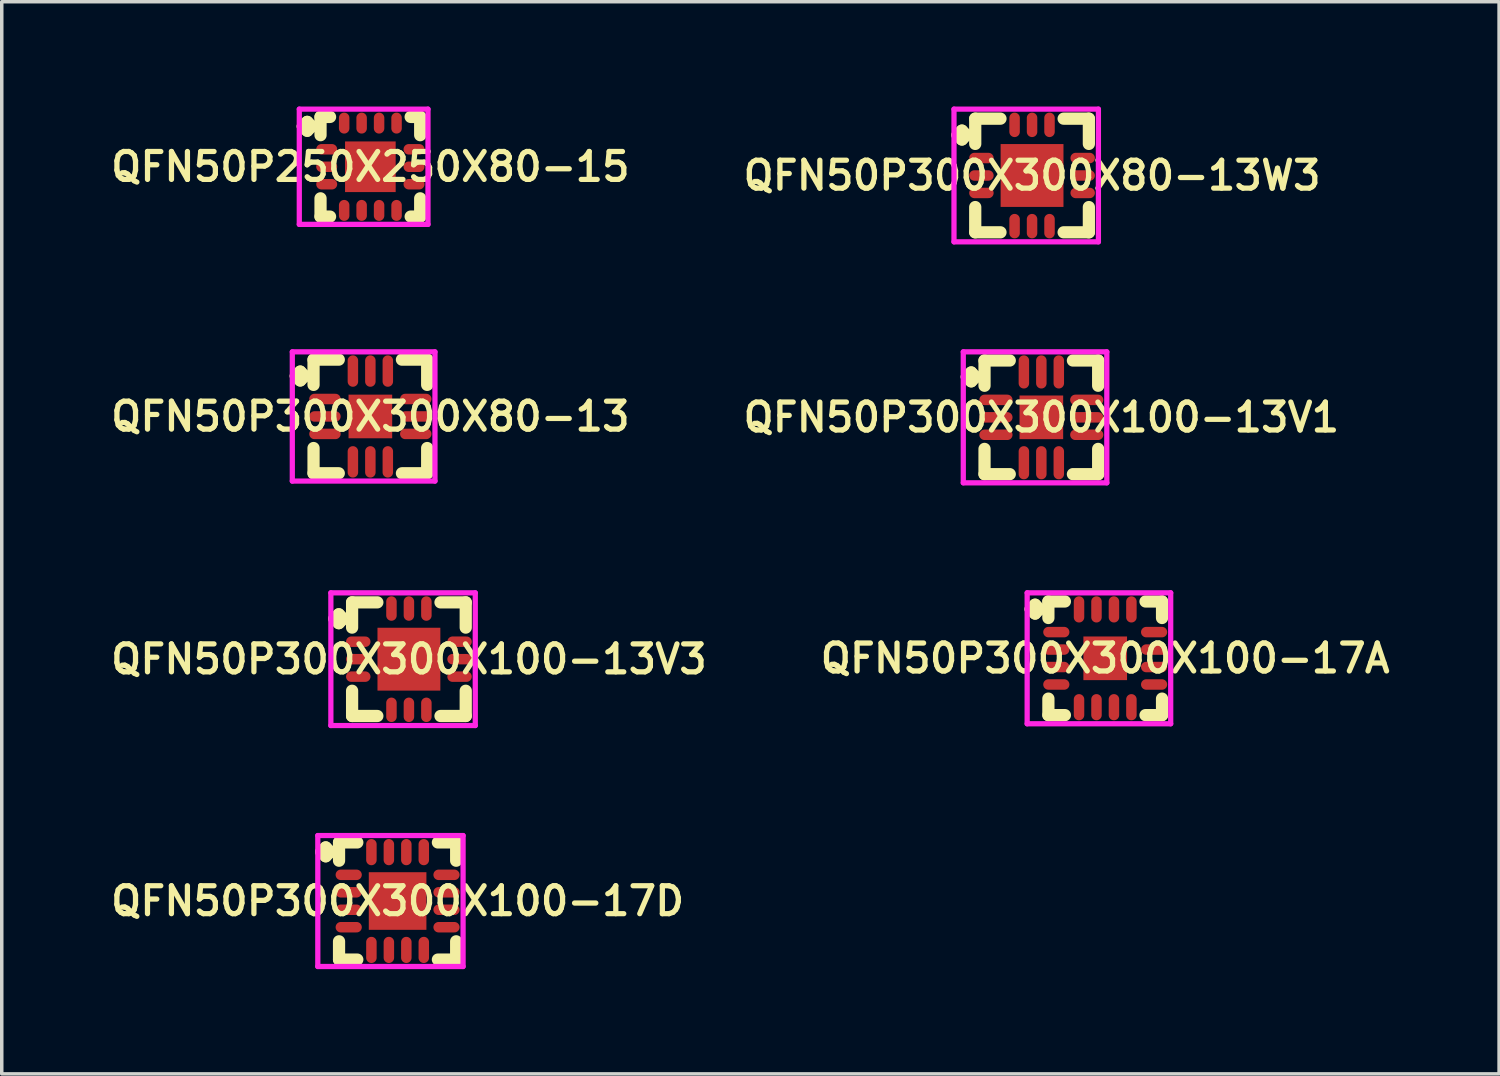
<source format=kicad_pcb>
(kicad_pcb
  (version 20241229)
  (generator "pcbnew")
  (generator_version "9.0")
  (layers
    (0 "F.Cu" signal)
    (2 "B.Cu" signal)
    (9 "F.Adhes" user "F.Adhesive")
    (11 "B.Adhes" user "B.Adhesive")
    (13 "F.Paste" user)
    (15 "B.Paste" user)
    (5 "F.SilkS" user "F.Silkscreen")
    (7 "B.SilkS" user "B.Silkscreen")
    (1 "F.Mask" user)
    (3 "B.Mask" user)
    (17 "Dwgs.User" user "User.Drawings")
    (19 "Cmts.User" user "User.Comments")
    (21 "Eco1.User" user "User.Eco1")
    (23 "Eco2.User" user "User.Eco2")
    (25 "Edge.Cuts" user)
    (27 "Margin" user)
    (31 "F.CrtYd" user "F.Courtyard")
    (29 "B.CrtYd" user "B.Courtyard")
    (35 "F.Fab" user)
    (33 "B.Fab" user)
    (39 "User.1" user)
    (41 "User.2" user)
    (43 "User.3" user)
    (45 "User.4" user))
  (footprint "QFN50P300X300X100-13V1"
    (layer "F.Cu")
    (at 26.768 8.9)
    (property "Reference" "QFN50P300X300X100-13V1" (at 0 0 0) (layer "F.SilkS") (effects (font (size 0.8 0.8) (thickness 0.15))))
    (attr through_hole)
    (fp_line (start -2.135 -1.158) (end -2.008 -1.285) (stroke (width 0.35) (type solid)) (layer "F.SilkS"))
    (fp_line (start -2.008 -1.285) (end -1.881 -1.158) (stroke (width 0.35) (type solid)) (layer "F.SilkS"))
    (fp_line (start -2.008 -1.031) (end -2.135 -1.158) (stroke (width 0.35) (type solid)) (layer "F.SilkS"))
    (fp_line (start -1.881 -1.158) (end -2.008 -1.031) (stroke (width 0.35) (type solid)) (layer "F.SilkS"))
    (fp_line (start -1.627 -1.627) (end -0.904 -1.627) (stroke (width 0.35) (type solid)) (layer "F.SilkS"))
    (fp_line (start -1.627 -0.904) (end -1.627 -1.627) (stroke (width 0.35) (type solid)) (layer "F.SilkS"))
    (fp_line (start -1.627 0.904) (end -1.627 1.627) (stroke (width 0.35) (type solid)) (layer "F.SilkS"))
    (fp_line (start -1.627 1.627) (end -0.904 1.627) (stroke (width 0.35) (type solid)) (layer "F.SilkS"))
    (fp_line (start 0.904 -1.627) (end 1.627 -1.627) (stroke (width 0.35) (type solid)) (layer "F.SilkS"))
    (fp_line (start 0.904 1.627) (end 1.627 1.627) (stroke (width 0.35) (type solid)) (layer "F.SilkS"))
    (fp_line (start 1.627 -1.627) (end 1.627 -0.904) (stroke (width 0.35) (type solid)) (layer "F.SilkS"))
    (fp_line (start 1.627 1.627) (end 1.627 0.904) (stroke (width 0.35) (type solid)) (layer "F.SilkS"))
    (fp_line (start -2.235 -1.875) (end 1.875 -1.875) (stroke (width 0.15) (type solid)) (layer "F.CrtYd"))
    (fp_line (start -2.235 1.875) (end -2.235 -1.875) (stroke (width 0.15) (type solid)) (layer "F.CrtYd"))
    (fp_line (start 1.875 -1.875) (end 1.875 1.875) (stroke (width 0.15) (type solid)) (layer "F.CrtYd"))
    (fp_line (start 1.875 1.875) (end -2.235 1.875) (stroke (width 0.15) (type solid)) (layer "F.CrtYd"))
    (pad "1" smd oval (at -1.3 -0.5) (size 0.95 0.3) (layers "F.Cu" "F.Mask" "F.Paste"))
    (pad "2" smd oval (at -1.3 0) (size 0.95 0.3) (layers "F.Cu" "F.Mask" "F.Paste"))
    (pad "3" smd oval (at -1.3 0.5) (size 0.95 0.3) (layers "F.Cu" "F.Mask" "F.Paste"))
    (pad "4" smd oval (at -0.5 1.3) (size 0.3 0.95) (layers "F.Cu" "F.Mask" "F.Paste"))
    (pad "5" smd oval (at 0 1.3) (size 0.3 0.95) (layers "F.Cu" "F.Mask" "F.Paste"))
    (pad "6" smd oval (at 0.5 1.3) (size 0.3 0.95) (layers "F.Cu" "F.Mask" "F.Paste"))
    (pad "7" smd oval (at 1.3 0.5) (size 0.95 0.3) (layers "F.Cu" "F.Mask" "F.Paste"))
    (pad "8" smd oval (at 1.3 0) (size 0.95 0.3) (layers "F.Cu" "F.Mask" "F.Paste"))
    (pad "9" smd oval (at 1.3 -0.5) (size 0.95 0.3) (layers "F.Cu" "F.Mask" "F.Paste"))
    (pad "10" smd oval (at 0.5 -1.3) (size 0.3 0.95) (layers "F.Cu" "F.Mask" "F.Paste"))
    (pad "11" smd oval (at 0 -1.3) (size 0.3 0.95) (layers "F.Cu" "F.Mask" "F.Paste"))
    (pad "12" smd oval (at -0.5 -1.3) (size 0.3 0.95) (layers "F.Cu" "F.Mask" "F.Paste"))
    (pad "13" smd rect (at 0 0) (size 1.25 1.25) (layers "F.Cu" "F.Mask" "F.Paste")))
  (footprint "QFN50P300X300X80-13W3"
    (layer "F.Cu")
    (at 26.502 1.975)
    (property "Reference" "QFN50P300X300X80-13W3" (at 0 0 0) (layer "F.SilkS") (effects (font (size 0.8 0.8) (thickness 0.15))))
    (attr smd)
    (fp_line (start -2.135 -1.158) (end -2.008 -1.285) (stroke (width 0.35) (type solid)) (layer "F.SilkS"))
    (fp_line (start -2.008 -1.285) (end -1.881 -1.158) (stroke (width 0.35) (type solid)) (layer "F.SilkS"))
    (fp_line (start -2.008 -1.031) (end -2.135 -1.158) (stroke (width 0.35) (type solid)) (layer "F.SilkS"))
    (fp_line (start -1.881 -1.158) (end -2.008 -1.031) (stroke (width 0.35) (type solid)) (layer "F.SilkS"))
    (fp_line (start -1.627 -1.627) (end -0.904 -1.627) (stroke (width 0.35) (type solid)) (layer "F.SilkS"))
    (fp_line (start -1.627 -0.904) (end -1.627 -1.627) (stroke (width 0.35) (type solid)) (layer "F.SilkS"))
    (fp_line (start -1.627 0.904) (end -1.627 1.627) (stroke (width 0.35) (type solid)) (layer "F.SilkS"))
    (fp_line (start -1.627 1.627) (end -0.904 1.627) (stroke (width 0.35) (type solid)) (layer "F.SilkS"))
    (fp_line (start 0.904 -1.627) (end 1.627 -1.627) (stroke (width 0.35) (type solid)) (layer "F.SilkS"))
    (fp_line (start 0.904 1.627) (end 1.627 1.627) (stroke (width 0.35) (type solid)) (layer "F.SilkS"))
    (fp_line (start 1.627 -1.627) (end 1.627 -0.904) (stroke (width 0.35) (type solid)) (layer "F.SilkS"))
    (fp_line (start 1.627 1.627) (end 1.627 0.904) (stroke (width 0.35) (type solid)) (layer "F.SilkS"))
    (fp_line (start -2.235 -1.9) (end 1.9 -1.9) (stroke (width 0.15) (type solid)) (layer "F.CrtYd"))
    (fp_line (start -2.235 1.9) (end -2.235 -1.9) (stroke (width 0.15) (type solid)) (layer "F.CrtYd"))
    (fp_line (start 1.9 -1.9) (end 1.9 1.9) (stroke (width 0.15) (type solid)) (layer "F.CrtYd"))
    (fp_line (start 1.9 1.9) (end -2.235 1.9) (stroke (width 0.15) (type solid)) (layer "F.CrtYd"))
    (pad "1" smd oval (at -1.45 -0.5) (size 0.7 0.3) (layers "F.Cu" "F.Mask" "F.Paste"))
    (pad "2" smd oval (at -1.45 0) (size 0.7 0.3) (layers "F.Cu" "F.Mask" "F.Paste"))
    (pad "3" smd oval (at -1.45 0.5) (size 0.7 0.3) (layers "F.Cu" "F.Mask" "F.Paste"))
    (pad "4" smd oval (at -0.5 1.45) (size 0.3 0.7) (layers "F.Cu" "F.Mask" "F.Paste"))
    (pad "5" smd oval (at 0 1.45) (size 0.3 0.7) (layers "F.Cu" "F.Mask" "F.Paste"))
    (pad "6" smd oval (at 0.5 1.45) (size 0.3 0.7) (layers "F.Cu" "F.Mask" "F.Paste"))
    (pad "7" smd oval (at 1.45 0.5) (size 0.7 0.3) (layers "F.Cu" "F.Mask" "F.Paste"))
    (pad "8" smd oval (at 1.45 0) (size 0.7 0.3) (layers "F.Cu" "F.Mask" "F.Paste"))
    (pad "9" smd oval (at 1.45 -0.5) (size 0.7 0.3) (layers "F.Cu" "F.Mask" "F.Paste"))
    (pad "10" smd oval (at 0.5 -1.45) (size 0.3 0.7) (layers "F.Cu" "F.Mask" "F.Paste"))
    (pad "11" smd oval (at 0 -1.45) (size 0.3 0.7) (layers "F.Cu" "F.Mask" "F.Paste"))
    (pad "12" smd oval (at -0.5 -1.45) (size 0.3 0.7) (layers "F.Cu" "F.Mask" "F.Paste"))
    (pad "13" smd rect (at 0 0) (size 1.8 1.8) (layers "F.Cu" "F.Mask" "F.Paste")))
  (footprint "QFN50P300X300X80-13"
    (layer "F.Cu")
    (at 7.555 8.875)
    (property "Reference" "QFN50P300X300X80-13" (at 0 0 0) (layer "F.SilkS") (effects (font (size 0.8 0.8) (thickness 0.15))))
    (attr through_hole)
    (fp_line (start -2.135 -1.158) (end -2.008 -1.285) (stroke (width 0.35) (type solid)) (layer "F.SilkS"))
    (fp_line (start -2.008 -1.285) (end -1.881 -1.158) (stroke (width 0.35) (type solid)) (layer "F.SilkS"))
    (fp_line (start -2.008 -1.031) (end -2.135 -1.158) (stroke (width 0.35) (type solid)) (layer "F.SilkS"))
    (fp_line (start -1.881 -1.158) (end -2.008 -1.031) (stroke (width 0.35) (type solid)) (layer "F.SilkS"))
    (fp_line (start -1.627 -1.627) (end -0.904 -1.627) (stroke (width 0.35) (type solid)) (layer "F.SilkS"))
    (fp_line (start -1.627 -0.904) (end -1.627 -1.627) (stroke (width 0.35) (type solid)) (layer "F.SilkS"))
    (fp_line (start -1.627 0.904) (end -1.627 1.627) (stroke (width 0.35) (type solid)) (layer "F.SilkS"))
    (fp_line (start -1.627 1.627) (end -0.904 1.627) (stroke (width 0.35) (type solid)) (layer "F.SilkS"))
    (fp_line (start 0.904 -1.627) (end 1.627 -1.627) (stroke (width 0.35) (type solid)) (layer "F.SilkS"))
    (fp_line (start 0.904 1.627) (end 1.627 1.627) (stroke (width 0.35) (type solid)) (layer "F.SilkS"))
    (fp_line (start 1.627 -1.627) (end 1.627 -0.904) (stroke (width 0.35) (type solid)) (layer "F.SilkS"))
    (fp_line (start 1.627 1.627) (end 1.627 0.904) (stroke (width 0.35) (type solid)) (layer "F.SilkS"))
    (fp_line (start -2.235 -1.85) (end 1.85 -1.85) (stroke (width 0.15) (type solid)) (layer "F.CrtYd"))
    (fp_line (start -2.235 1.85) (end -2.235 -1.85) (stroke (width 0.15) (type solid)) (layer "F.CrtYd"))
    (fp_line (start 1.85 -1.85) (end 1.85 1.85) (stroke (width 0.15) (type solid)) (layer "F.CrtYd"))
    (fp_line (start 1.85 1.85) (end -2.235 1.85) (stroke (width 0.15) (type solid)) (layer "F.CrtYd"))
    (pad "1" smd oval (at -1.3 -0.5) (size 0.9 0.3) (layers "F.Cu" "F.Mask" "F.Paste"))
    (pad "2" smd oval (at -1.3 0) (size 0.9 0.3) (layers "F.Cu" "F.Mask" "F.Paste"))
    (pad "3" smd oval (at -1.3 0.5) (size 0.9 0.3) (layers "F.Cu" "F.Mask" "F.Paste"))
    (pad "4" smd oval (at -0.5 1.3) (size 0.3 0.9) (layers "F.Cu" "F.Mask" "F.Paste"))
    (pad "5" smd oval (at 0 1.3) (size 0.3 0.9) (layers "F.Cu" "F.Mask" "F.Paste"))
    (pad "6" smd oval (at 0.5 1.3) (size 0.3 0.9) (layers "F.Cu" "F.Mask" "F.Paste"))
    (pad "7" smd oval (at 1.3 0.5) (size 0.9 0.3) (layers "F.Cu" "F.Mask" "F.Paste"))
    (pad "8" smd oval (at 1.3 0) (size 0.9 0.3) (layers "F.Cu" "F.Mask" "F.Paste"))
    (pad "9" smd oval (at 1.3 -0.5) (size 0.9 0.3) (layers "F.Cu" "F.Mask" "F.Paste"))
    (pad "10" smd oval (at 0.5 -1.3) (size 0.3 0.9) (layers "F.Cu" "F.Mask" "F.Paste"))
    (pad "11" smd oval (at 0 -1.3) (size 0.3 0.9) (layers "F.Cu" "F.Mask" "F.Paste"))
    (pad "12" smd oval (at -0.5 -1.3) (size 0.3 0.9) (layers "F.Cu" "F.Mask" "F.Paste"))
    (pad "13" smd rect (at 0 0) (size 1.25 1.25) (layers "F.Cu" "F.Mask" "F.Paste")))
  (footprint "QFN50P300X300X100-17A"
    (layer "F.Cu")
    (at 28.597 15.8)
    (property "Reference" "QFN50P300X300X100-17A" (at 0 0 0) (layer "F.SilkS") (effects (font (size 0.8 0.8) (thickness 0.15))))
    (attr smd)
    (fp_line (start -2.135 -1.408) (end -2.008 -1.535) (stroke (width 0.35) (type solid)) (layer "F.SilkS"))
    (fp_line (start -2.008 -1.535) (end -1.881 -1.408) (stroke (width 0.35) (type solid)) (layer "F.SilkS"))
    (fp_line (start -2.008 -1.281) (end -2.135 -1.408) (stroke (width 0.35) (type solid)) (layer "F.SilkS"))
    (fp_line (start -1.881 -1.408) (end -2.008 -1.281) (stroke (width 0.35) (type solid)) (layer "F.SilkS"))
    (fp_line (start -1.627 -1.627) (end -1.154 -1.627) (stroke (width 0.35) (type solid)) (layer "F.SilkS"))
    (fp_line (start -1.627 -1.154) (end -1.627 -1.627) (stroke (width 0.35) (type solid)) (layer "F.SilkS"))
    (fp_line (start -1.627 1.154) (end -1.627 1.627) (stroke (width 0.35) (type solid)) (layer "F.SilkS"))
    (fp_line (start -1.627 1.627) (end -1.154 1.627) (stroke (width 0.35) (type solid)) (layer "F.SilkS"))
    (fp_line (start 1.154 -1.627) (end 1.627 -1.627) (stroke (width 0.35) (type solid)) (layer "F.SilkS"))
    (fp_line (start 1.154 1.627) (end 1.627 1.627) (stroke (width 0.35) (type solid)) (layer "F.SilkS"))
    (fp_line (start 1.627 -1.627) (end 1.627 -1.154) (stroke (width 0.35) (type solid)) (layer "F.SilkS"))
    (fp_line (start 1.627 1.627) (end 1.627 1.154) (stroke (width 0.35) (type solid)) (layer "F.SilkS"))
    (fp_line (start -2.235 -1.875) (end 1.875 -1.875) (stroke (width 0.15) (type solid)) (layer "F.CrtYd"))
    (fp_line (start -2.235 1.875) (end -2.235 -1.875) (stroke (width 0.15) (type solid)) (layer "F.CrtYd"))
    (fp_line (start 1.875 -1.875) (end 1.875 1.875) (stroke (width 0.15) (type solid)) (layer "F.CrtYd"))
    (fp_line (start 1.875 1.875) (end -2.235 1.875) (stroke (width 0.15) (type solid)) (layer "F.CrtYd"))
    (pad "1" smd oval (at -1.4 -0.75) (size 0.75 0.3) (layers "F.Cu" "F.Mask" "F.Paste"))
    (pad "2" smd oval (at -1.4 -0.25) (size 0.75 0.3) (layers "F.Cu" "F.Mask" "F.Paste"))
    (pad "3" smd oval (at -1.4 0.25) (size 0.75 0.3) (layers "F.Cu" "F.Mask" "F.Paste"))
    (pad "4" smd oval (at -1.4 0.75) (size 0.75 0.3) (layers "F.Cu" "F.Mask" "F.Paste"))
    (pad "5" smd oval (at -0.75 1.4) (size 0.3 0.75) (layers "F.Cu" "F.Mask" "F.Paste"))
    (pad "6" smd oval (at -0.25 1.4) (size 0.3 0.75) (layers "F.Cu" "F.Mask" "F.Paste"))
    (pad "7" smd oval (at 0.25 1.4) (size 0.3 0.75) (layers "F.Cu" "F.Mask" "F.Paste"))
    (pad "8" smd oval (at 0.75 1.4) (size 0.3 0.75) (layers "F.Cu" "F.Mask" "F.Paste"))
    (pad "9" smd oval (at 1.4 0.75) (size 0.75 0.3) (layers "F.Cu" "F.Mask" "F.Paste"))
    (pad "10" smd oval (at 1.4 0.25) (size 0.75 0.3) (layers "F.Cu" "F.Mask" "F.Paste"))
    (pad "11" smd oval (at 1.4 -0.25) (size 0.75 0.3) (layers "F.Cu" "F.Mask" "F.Paste"))
    (pad "12" smd oval (at 1.4 -0.75) (size 0.75 0.3) (layers "F.Cu" "F.Mask" "F.Paste"))
    (pad "13" smd oval (at 0.75 -1.4) (size 0.3 0.75) (layers "F.Cu" "F.Mask" "F.Paste"))
    (pad "14" smd oval (at 0.25 -1.4) (size 0.3 0.75) (layers "F.Cu" "F.Mask" "F.Paste"))
    (pad "15" smd oval (at -0.25 -1.4) (size 0.3 0.75) (layers "F.Cu" "F.Mask" "F.Paste"))
    (pad "16" smd oval (at -0.75 -1.4) (size 0.3 0.75) (layers "F.Cu" "F.Mask" "F.Paste"))
    (pad "17" smd rect (at 0 0) (size 1.25 1.25) (layers "F.Cu" "F.Mask" "F.Paste")))
  (footprint "QFN50P250X250X80-15"
    (layer "F.Cu")
    (at 7.555 1.725)
    (property "Reference" "QFN50P250X250X80-15" (at 0 0 0) (layer "F.SilkS") (effects (font (size 0.8 0.8) (thickness 0.15))))
    (attr smd)
    (fp_line (start -1.935 -1.158) (end -1.808 -1.285) (stroke (width 0.35) (type solid)) (layer "F.SilkS"))
    (fp_line (start -1.808 -1.285) (end -1.681 -1.158) (stroke (width 0.35) (type solid)) (layer "F.SilkS"))
    (fp_line (start -1.808 -1.031) (end -1.935 -1.158) (stroke (width 0.35) (type solid)) (layer "F.SilkS"))
    (fp_line (start -1.681 -1.158) (end -1.808 -1.031) (stroke (width 0.35) (type solid)) (layer "F.SilkS"))
    (fp_line (start -1.427 -1.427) (end -1.154 -1.427) (stroke (width 0.35) (type solid)) (layer "F.SilkS"))
    (fp_line (start -1.427 -0.904) (end -1.427 -1.427) (stroke (width 0.35) (type solid)) (layer "F.SilkS"))
    (fp_line (start -1.427 0.904) (end -1.427 1.427) (stroke (width 0.35) (type solid)) (layer "F.SilkS"))
    (fp_line (start -1.427 1.427) (end -1.154 1.427) (stroke (width 0.35) (type solid)) (layer "F.SilkS"))
    (fp_line (start 1.154 -1.427) (end 1.427 -1.427) (stroke (width 0.35) (type solid)) (layer "F.SilkS"))
    (fp_line (start 1.154 1.427) (end 1.427 1.427) (stroke (width 0.35) (type solid)) (layer "F.SilkS"))
    (fp_line (start 1.427 -1.427) (end 1.427 -0.904) (stroke (width 0.35) (type solid)) (layer "F.SilkS"))
    (fp_line (start 1.427 1.427) (end 1.427 0.904) (stroke (width 0.35) (type solid)) (layer "F.SilkS"))
    (fp_line (start -2.035 -1.65) (end 1.65 -1.65) (stroke (width 0.15) (type solid)) (layer "F.CrtYd"))
    (fp_line (start -2.035 1.65) (end -2.035 -1.65) (stroke (width 0.15) (type solid)) (layer "F.CrtYd"))
    (fp_line (start 1.65 -1.65) (end 1.65 1.65) (stroke (width 0.15) (type solid)) (layer "F.CrtYd"))
    (fp_line (start 1.65 1.65) (end -2.035 1.65) (stroke (width 0.15) (type solid)) (layer "F.CrtYd"))
    (pad "1" smd oval (at -1.25 -0.5) (size 0.6 0.3) (layers "F.Cu" "F.Mask" "F.Paste"))
    (pad "2" smd oval (at -1.25 0) (size 0.6 0.3) (layers "F.Cu" "F.Mask" "F.Paste"))
    (pad "3" smd oval (at -1.25 0.5) (size 0.6 0.3) (layers "F.Cu" "F.Mask" "F.Paste"))
    (pad "4" smd oval (at -0.75 1.25) (size 0.3 0.6) (layers "F.Cu" "F.Mask" "F.Paste"))
    (pad "5" smd oval (at -0.25 1.25) (size 0.3 0.6) (layers "F.Cu" "F.Mask" "F.Paste"))
    (pad "6" smd oval (at 0.25 1.25) (size 0.3 0.6) (layers "F.Cu" "F.Mask" "F.Paste"))
    (pad "7" smd oval (at 0.75 1.25) (size 0.3 0.6) (layers "F.Cu" "F.Mask" "F.Paste"))
    (pad "8" smd oval (at 1.25 0.5) (size 0.6 0.3) (layers "F.Cu" "F.Mask" "F.Paste"))
    (pad "9" smd oval (at 1.25 0) (size 0.6 0.3) (layers "F.Cu" "F.Mask" "F.Paste"))
    (pad "10" smd oval (at 1.25 -0.5) (size 0.6 0.3) (layers "F.Cu" "F.Mask" "F.Paste"))
    (pad "11" smd oval (at 0.75 -1.25) (size 0.3 0.6) (layers "F.Cu" "F.Mask" "F.Paste"))
    (pad "12" smd oval (at 0.25 -1.25) (size 0.3 0.6) (layers "F.Cu" "F.Mask" "F.Paste"))
    (pad "13" smd oval (at -0.25 -1.25) (size 0.3 0.6) (layers "F.Cu" "F.Mask" "F.Paste"))
    (pad "14" smd oval (at -0.75 -1.25) (size 0.3 0.6) (layers "F.Cu" "F.Mask" "F.Paste"))
    (pad "15" smd rect (at 0 0) (size 1.45 1.45) (layers "F.Cu" "F.Mask" "F.Paste")))
  (footprint "QFN50P300X300X100-17D"
    (layer "F.Cu")
    (at 8.335 22.75)
    (property "Reference" "QFN50P300X300X100-17D" (at 0 0 0) (layer "F.SilkS") (effects (font (size 0.8 0.8) (thickness 0.15))))
    (attr smd)
    (fp_line (start -2.185 -1.408) (end -2.058 -1.535) (stroke (width 0.35) (type solid)) (layer "F.SilkS"))
    (fp_line (start -2.058 -1.535) (end -1.931 -1.408) (stroke (width 0.35) (type solid)) (layer "F.SilkS"))
    (fp_line (start -2.058 -1.281) (end -2.185 -1.408) (stroke (width 0.35) (type solid)) (layer "F.SilkS"))
    (fp_line (start -1.931 -1.408) (end -2.058 -1.281) (stroke (width 0.35) (type solid)) (layer "F.SilkS"))
    (fp_line (start -1.677 -1.677) (end -1.154 -1.677) (stroke (width 0.35) (type solid)) (layer "F.SilkS"))
    (fp_line (start -1.677 -1.154) (end -1.677 -1.677) (stroke (width 0.35) (type solid)) (layer "F.SilkS"))
    (fp_line (start -1.677 1.154) (end -1.677 1.677) (stroke (width 0.35) (type solid)) (layer "F.SilkS"))
    (fp_line (start -1.677 1.677) (end -1.154 1.677) (stroke (width 0.35) (type solid)) (layer "F.SilkS"))
    (fp_line (start 1.154 -1.677) (end 1.677 -1.677) (stroke (width 0.35) (type solid)) (layer "F.SilkS"))
    (fp_line (start 1.154 1.677) (end 1.677 1.677) (stroke (width 0.35) (type solid)) (layer "F.SilkS"))
    (fp_line (start 1.677 -1.677) (end 1.677 -1.154) (stroke (width 0.35) (type solid)) (layer "F.SilkS"))
    (fp_line (start 1.677 1.677) (end 1.677 1.154) (stroke (width 0.35) (type solid)) (layer "F.SilkS"))
    (fp_line (start -2.285 -1.875) (end 1.875 -1.875) (stroke (width 0.15) (type solid)) (layer "F.CrtYd"))
    (fp_line (start -2.285 1.875) (end -2.285 -1.875) (stroke (width 0.15) (type solid)) (layer "F.CrtYd"))
    (fp_line (start 1.875 -1.875) (end 1.875 1.875) (stroke (width 0.15) (type solid)) (layer "F.CrtYd"))
    (fp_line (start 1.875 1.875) (end -2.285 1.875) (stroke (width 0.15) (type solid)) (layer "F.CrtYd"))
    (pad "1" smd oval (at -1.4 -0.75) (size 0.75 0.3) (layers "F.Cu" "F.Mask" "F.Paste"))
    (pad "2" smd oval (at -1.4 -0.25) (size 0.75 0.3) (layers "F.Cu" "F.Mask" "F.Paste"))
    (pad "3" smd oval (at -1.4 0.25) (size 0.75 0.3) (layers "F.Cu" "F.Mask" "F.Paste"))
    (pad "4" smd oval (at -1.4 0.75) (size 0.75 0.3) (layers "F.Cu" "F.Mask" "F.Paste"))
    (pad "5" smd oval (at -0.75 1.4) (size 0.3 0.75) (layers "F.Cu" "F.Mask" "F.Paste"))
    (pad "6" smd oval (at -0.25 1.4) (size 0.3 0.75) (layers "F.Cu" "F.Mask" "F.Paste"))
    (pad "7" smd oval (at 0.25 1.4) (size 0.3 0.75) (layers "F.Cu" "F.Mask" "F.Paste"))
    (pad "8" smd oval (at 0.75 1.4) (size 0.3 0.75) (layers "F.Cu" "F.Mask" "F.Paste"))
    (pad "9" smd oval (at 1.4 0.75) (size 0.75 0.3) (layers "F.Cu" "F.Mask" "F.Paste"))
    (pad "10" smd oval (at 1.4 0.25) (size 0.75 0.3) (layers "F.Cu" "F.Mask" "F.Paste"))
    (pad "11" smd oval (at 1.4 -0.25) (size 0.75 0.3) (layers "F.Cu" "F.Mask" "F.Paste"))
    (pad "12" smd oval (at 1.4 -0.75) (size 0.75 0.3) (layers "F.Cu" "F.Mask" "F.Paste"))
    (pad "13" smd oval (at 0.75 -1.4) (size 0.3 0.75) (layers "F.Cu" "F.Mask" "F.Paste"))
    (pad "14" smd oval (at 0.25 -1.4) (size 0.3 0.75) (layers "F.Cu" "F.Mask" "F.Paste"))
    (pad "15" smd oval (at -0.25 -1.4) (size 0.3 0.75) (layers "F.Cu" "F.Mask" "F.Paste"))
    (pad "16" smd oval (at -0.75 -1.4) (size 0.3 0.75) (layers "F.Cu" "F.Mask" "F.Paste"))
    (pad "17" smd rect (at 0 0) (size 1.65 1.65) (layers "F.Cu" "F.Mask" "F.Paste")))
  (footprint "QFN50P300X300X100-13V3"
    (layer "F.Cu")
    (at 8.659 15.825)
    (property "Reference" "QFN50P300X300X100-13V3" (at 0 0 0) (layer "F.SilkS") (effects (font (size 0.8 0.8) (thickness 0.15))))
    (attr smd)
    (fp_line (start -2.135 -1.158) (end -2.008 -1.285) (stroke (width 0.35) (type solid)) (layer "F.SilkS"))
    (fp_line (start -2.008 -1.285) (end -1.881 -1.158) (stroke (width 0.35) (type solid)) (layer "F.SilkS"))
    (fp_line (start -2.008 -1.031) (end -2.135 -1.158) (stroke (width 0.35) (type solid)) (layer "F.SilkS"))
    (fp_line (start -1.881 -1.158) (end -2.008 -1.031) (stroke (width 0.35) (type solid)) (layer "F.SilkS"))
    (fp_line (start -1.627 -1.627) (end -0.904 -1.627) (stroke (width 0.35) (type solid)) (layer "F.SilkS"))
    (fp_line (start -1.627 -0.904) (end -1.627 -1.627) (stroke (width 0.35) (type solid)) (layer "F.SilkS"))
    (fp_line (start -1.627 0.904) (end -1.627 1.627) (stroke (width 0.35) (type solid)) (layer "F.SilkS"))
    (fp_line (start -1.627 1.627) (end -0.904 1.627) (stroke (width 0.35) (type solid)) (layer "F.SilkS"))
    (fp_line (start 0.904 -1.627) (end 1.627 -1.627) (stroke (width 0.35) (type solid)) (layer "F.SilkS"))
    (fp_line (start 0.904 1.627) (end 1.627 1.627) (stroke (width 0.35) (type solid)) (layer "F.SilkS"))
    (fp_line (start 1.627 -1.627) (end 1.627 -0.904) (stroke (width 0.35) (type solid)) (layer "F.SilkS"))
    (fp_line (start 1.627 1.627) (end 1.627 0.904) (stroke (width 0.35) (type solid)) (layer "F.SilkS"))
    (fp_line (start -2.235 -1.9) (end 1.9 -1.9) (stroke (width 0.15) (type solid)) (layer "F.CrtYd"))
    (fp_line (start -2.235 1.9) (end -2.235 -1.9) (stroke (width 0.15) (type solid)) (layer "F.CrtYd"))
    (fp_line (start 1.9 -1.9) (end 1.9 1.9) (stroke (width 0.15) (type solid)) (layer "F.CrtYd"))
    (fp_line (start 1.9 1.9) (end -2.235 1.9) (stroke (width 0.15) (type solid)) (layer "F.CrtYd"))
    (pad "1" smd oval (at -1.45 -0.5) (size 0.7 0.3) (layers "F.Cu" "F.Mask" "F.Paste"))
    (pad "2" smd oval (at -1.45 0) (size 0.7 0.3) (layers "F.Cu" "F.Mask" "F.Paste"))
    (pad "3" smd oval (at -1.45 0.5) (size 0.7 0.3) (layers "F.Cu" "F.Mask" "F.Paste"))
    (pad "4" smd oval (at -0.5 1.45) (size 0.3 0.7) (layers "F.Cu" "F.Mask" "F.Paste"))
    (pad "5" smd oval (at 0 1.45) (size 0.3 0.7) (layers "F.Cu" "F.Mask" "F.Paste"))
    (pad "6" smd oval (at 0.5 1.45) (size 0.3 0.7) (layers "F.Cu" "F.Mask" "F.Paste"))
    (pad "7" smd oval (at 1.45 0.5) (size 0.7 0.3) (layers "F.Cu" "F.Mask" "F.Paste"))
    (pad "8" smd oval (at 1.45 0) (size 0.7 0.3) (layers "F.Cu" "F.Mask" "F.Paste"))
    (pad "9" smd oval (at 1.45 -0.5) (size 0.7 0.3) (layers "F.Cu" "F.Mask" "F.Paste"))
    (pad "10" smd oval (at 0.5 -1.45) (size 0.3 0.7) (layers "F.Cu" "F.Mask" "F.Paste"))
    (pad "11" smd oval (at 0 -1.45) (size 0.3 0.7) (layers "F.Cu" "F.Mask" "F.Paste"))
    (pad "12" smd oval (at -0.5 -1.45) (size 0.3 0.7) (layers "F.Cu" "F.Mask" "F.Paste"))
    (pad "13" smd rect (at 0 0) (size 1.8 1.8) (layers "F.Cu" "F.Mask" "F.Paste")))
  (gr_rect
    (start -3 -3)
    (end 39.875 27.7)
    (stroke (width 0.1) (type default))
    (fill no)
    (layer "Edge.Cuts")))
</source>
